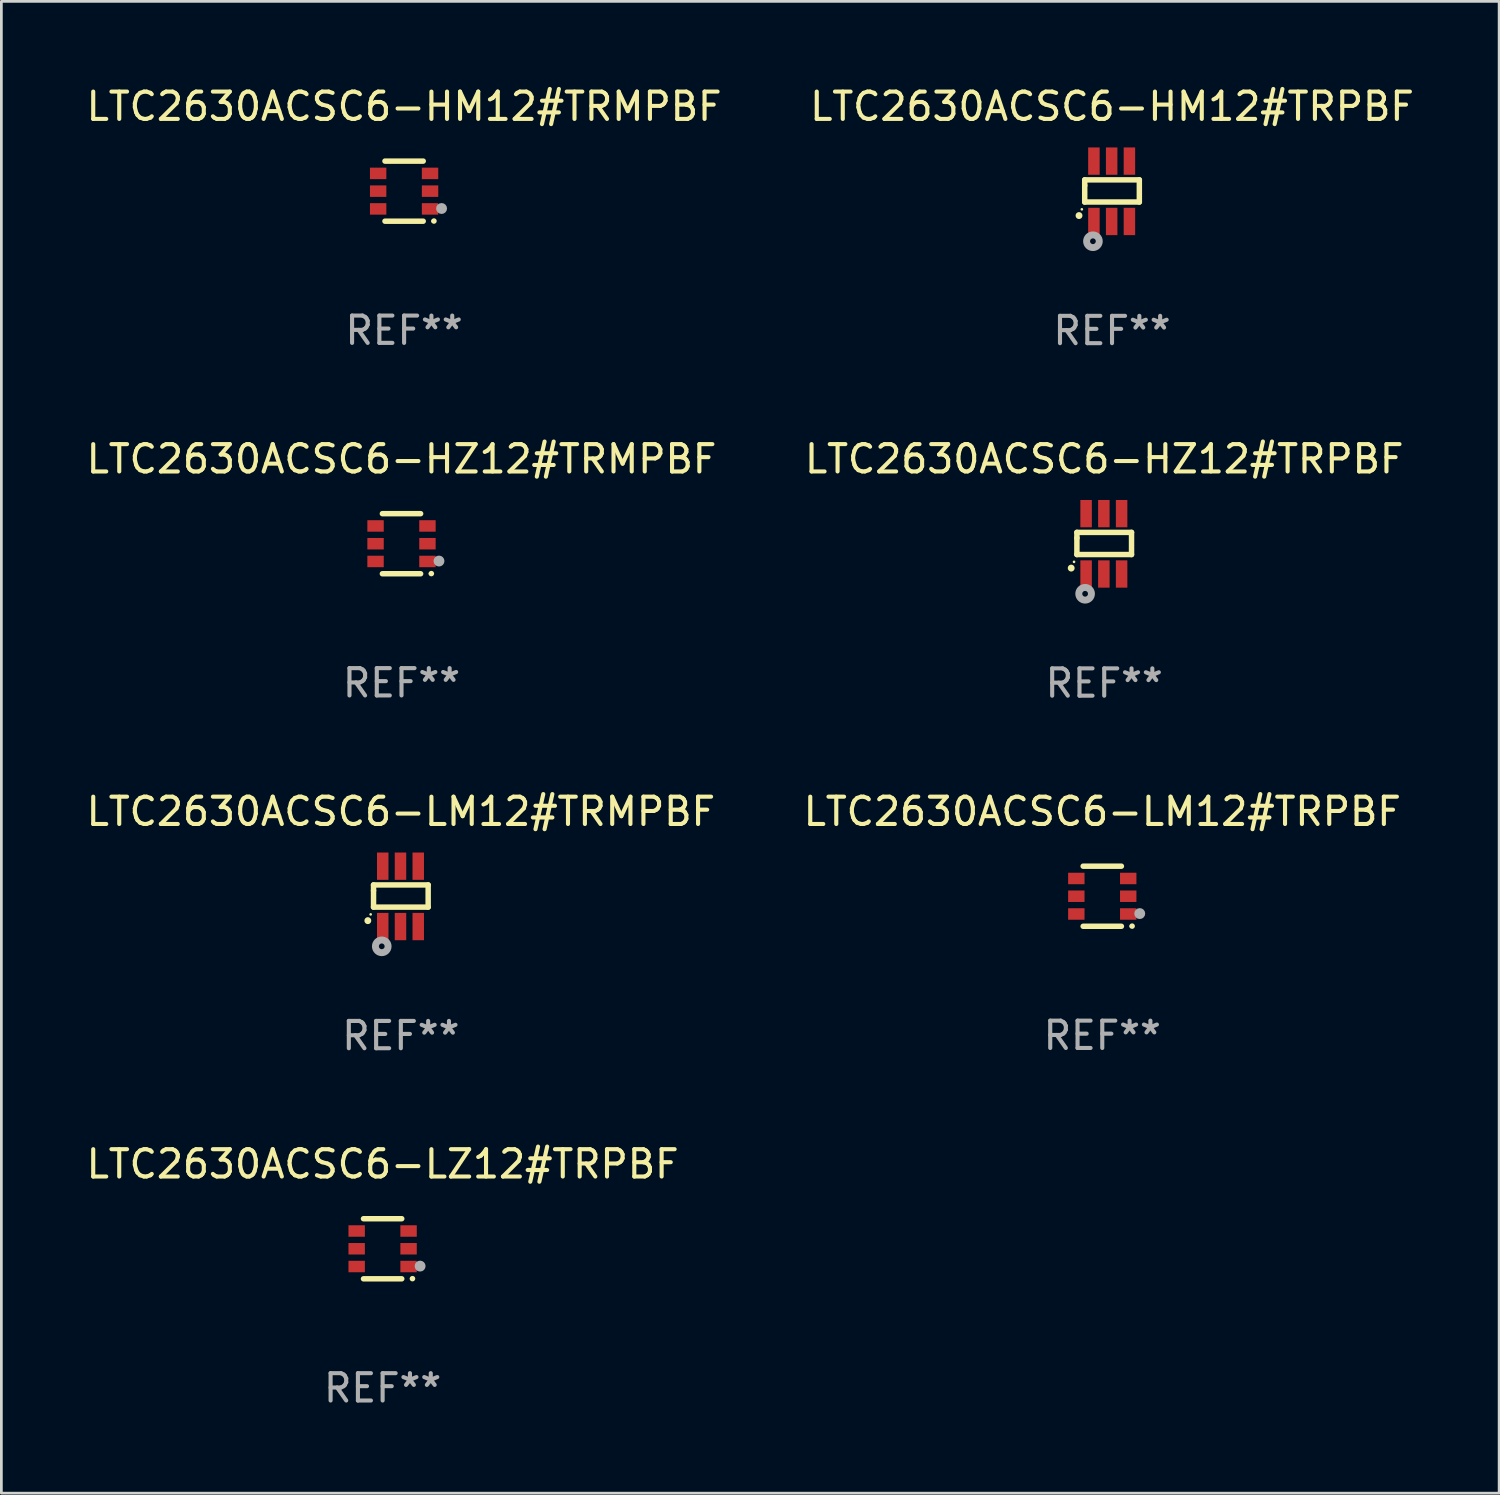
<source format=kicad_pcb>
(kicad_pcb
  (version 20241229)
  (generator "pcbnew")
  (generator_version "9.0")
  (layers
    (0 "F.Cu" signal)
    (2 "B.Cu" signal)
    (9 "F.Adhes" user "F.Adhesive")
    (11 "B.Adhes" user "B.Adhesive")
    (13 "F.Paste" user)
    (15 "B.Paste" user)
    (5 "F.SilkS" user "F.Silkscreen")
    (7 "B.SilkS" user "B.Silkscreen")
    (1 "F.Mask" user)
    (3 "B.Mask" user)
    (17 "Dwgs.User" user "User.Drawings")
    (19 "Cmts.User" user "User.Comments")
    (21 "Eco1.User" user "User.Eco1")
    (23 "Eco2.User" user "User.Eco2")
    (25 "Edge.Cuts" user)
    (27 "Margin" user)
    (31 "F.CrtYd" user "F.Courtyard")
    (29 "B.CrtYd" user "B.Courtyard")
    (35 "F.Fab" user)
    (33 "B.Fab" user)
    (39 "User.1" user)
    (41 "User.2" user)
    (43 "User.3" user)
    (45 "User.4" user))
  (footprint "LTC2630ACSC6-HM12#TRPBF"
    (layer "F.Cu")
    (at 37.661 3.953)
    (property "Reference" "LTC2630ACSC6-HM12#TRPBF" (at 0 -3.105 0) (layer "F.SilkS") (effects (font (size 1 1) (thickness 0.15))))
    (attr through_hole)
    (fp_line (start -1 -0.419) (end -1 -0.213) (stroke (width 0.2) (type solid)) (layer "F.SilkS"))
    (fp_line (start -1 -0.213) (end -1 0.393) (stroke (width 0.2) (type solid)) (layer "F.SilkS"))
    (fp_line (start -1 0.393) (end 1 0.393) (stroke (width 0.2) (type solid)) (layer "F.SilkS"))
    (fp_line (start 1 -0.419) (end -1 -0.419) (stroke (width 0.2) (type solid)) (layer "F.SilkS"))
    (fp_line (start 1 0.393) (end 1 -0.419) (stroke (width 0.2) (type solid)) (layer "F.SilkS"))
    (fp_arc (start -1.208509 0.890272) (mid -1.208515 0.889002) (end -1.208509 0.887732) (stroke (width 0.25) (type solid)) (layer "F.SilkS"))
    (fp_circle (center -1.105 0.66) (end -1.08 0.66) (stroke (width 0.05) (type solid)) (fill no) (layer "F.SilkS"))
    (fp_circle (center -0.699 1.829) (end -0.594 1.829) (stroke (width 0.254) (type solid)) (fill no) (layer "F.Fab"))
    (fp_text user "REF**" (at 0 5.105 0) (layer "F.Fab") (effects (font (size 1 1) (thickness 0.15))))
    (pad "1" smd rect (at -0.663 1.105) (size 0.42 1) (layers "F.Cu" "F.Mask" "F.Paste"))
    (pad "2" smd rect (at -0.013 1.105) (size 0.42 1) (layers "F.Cu" "F.Mask" "F.Paste"))
    (pad "3" smd rect (at 0.637 1.105) (size 0.42 1) (layers "F.Cu" "F.Mask" "F.Paste"))
    (pad "4" smd rect (at 0.637 -1.105 180) (size 0.42 1) (layers "F.Cu" "F.Mask" "F.Paste"))
    (pad "5" smd rect (at -0.013 -1.105 180) (size 0.42 1) (layers "F.Cu" "F.Mask" "F.Paste"))
    (pad "6" smd rect (at -0.663 -1.105 180) (size 0.42 1) (layers "F.Cu" "F.Mask" "F.Paste")))
  (footprint "LTC2630ACSC6-LM12#TRPBF"
    (layer "F.Cu")
    (at 37.304 29.761)
    (property "Reference" "LTC2630ACSC6-LM12#TRPBF" (at 0 -3.1 0) (layer "F.SilkS") (effects (font (size 1 1) (thickness 0.15))))
    (attr through_hole)
    (fp_line (start -0.7 -1.1) (end 0.7 -1.1) (stroke (width 0.2) (type solid)) (layer "F.SilkS"))
    (fp_line (start -0.7 1.1) (end 0.7 1.1) (stroke (width 0.2) (type solid)) (layer "F.SilkS"))
    (fp_arc (start 1.090932 1.094209) (mid 1.092202 1.094203) (end 1.093472 1.094209) (stroke (width 0.2) (type solid)) (layer "F.SilkS"))
    (fp_circle (center 1.053 1.1) (end 1.083 1.1) (stroke (width 0.06) (type solid)) (fill no) (layer "F.SilkS"))
    (fp_circle (center 1.372 0.635) (end 1.472 0.635) (stroke (width 0.2) (type solid)) (fill no) (layer "F.Fab"))
    (fp_text user "REF**" (at 0 5.1 0) (layer "F.Fab") (effects (font (size 1 1) (thickness 0.15))))
    (pad "1" smd rect (at 0.95 0.65 90) (size 0.42 0.6) (layers "F.Cu" "F.Mask" "F.Paste"))
    (pad "2" smd rect (at 0.95 0 90) (size 0.42 0.6) (layers "F.Cu" "F.Mask" "F.Paste"))
    (pad "3" smd rect (at 0.95 -0.65 90) (size 0.42 0.6) (layers "F.Cu" "F.Mask" "F.Paste"))
    (pad "4" smd rect (at -0.95 -0.65 270) (size 0.42 0.6) (layers "F.Cu" "F.Mask" "F.Paste"))
    (pad "5" smd rect (at -0.95 0 270) (size 0.42 0.6) (layers "F.Cu" "F.Mask" "F.Paste"))
    (pad "6" smd rect (at -0.95 0.65 270) (size 0.42 0.6) (layers "F.Cu" "F.Mask" "F.Paste")))
  (footprint "LTC2630ACSC6-HZ12#TRPBF"
    (layer "F.Cu")
    (at 37.375 16.859)
    (property "Reference" "LTC2630ACSC6-HZ12#TRPBF" (at 0 -3.105 0) (layer "F.SilkS") (effects (font (size 1 1) (thickness 0.15))))
    (attr through_hole)
    (fp_line (start -1 -0.419) (end -1 -0.213) (stroke (width 0.2) (type solid)) (layer "F.SilkS"))
    (fp_line (start -1 -0.213) (end -1 0.393) (stroke (width 0.2) (type solid)) (layer "F.SilkS"))
    (fp_line (start -1 0.393) (end 1 0.393) (stroke (width 0.2) (type solid)) (layer "F.SilkS"))
    (fp_line (start 1 -0.419) (end -1 -0.419) (stroke (width 0.2) (type solid)) (layer "F.SilkS"))
    (fp_line (start 1 0.393) (end 1 -0.419) (stroke (width 0.2) (type solid)) (layer "F.SilkS"))
    (fp_arc (start -1.208509 0.890272) (mid -1.208515 0.889002) (end -1.208509 0.887732) (stroke (width 0.25) (type solid)) (layer "F.SilkS"))
    (fp_circle (center -1.105 0.66) (end -1.08 0.66) (stroke (width 0.05) (type solid)) (fill no) (layer "F.SilkS"))
    (fp_circle (center -0.699 1.829) (end -0.594 1.829) (stroke (width 0.254) (type solid)) (fill no) (layer "F.Fab"))
    (fp_text user "REF**" (at 0 5.105 0) (layer "F.Fab") (effects (font (size 1 1) (thickness 0.15))))
    (pad "1" smd rect (at -0.663 1.105) (size 0.42 1) (layers "F.Cu" "F.Mask" "F.Paste"))
    (pad "2" smd rect (at -0.013 1.105) (size 0.42 1) (layers "F.Cu" "F.Mask" "F.Paste"))
    (pad "3" smd rect (at 0.637 1.105) (size 0.42 1) (layers "F.Cu" "F.Mask" "F.Paste"))
    (pad "4" smd rect (at 0.637 -1.105 180) (size 0.42 1) (layers "F.Cu" "F.Mask" "F.Paste"))
    (pad "5" smd rect (at -0.013 -1.105 180) (size 0.42 1) (layers "F.Cu" "F.Mask" "F.Paste"))
    (pad "6" smd rect (at -0.663 -1.105 180) (size 0.42 1) (layers "F.Cu" "F.Mask" "F.Paste")))
  (footprint "LTC2630ACSC6-LZ12#TRPBF"
    (layer "F.Cu")
    (at 10.958 42.667)
    (property "Reference" "LTC2630ACSC6-LZ12#TRPBF" (at 0 -3.1 0) (layer "F.SilkS") (effects (font (size 1 1) (thickness 0.15))))
    (attr through_hole)
    (fp_line (start -0.7 -1.1) (end 0.7 -1.1) (stroke (width 0.2) (type solid)) (layer "F.SilkS"))
    (fp_line (start -0.7 1.1) (end 0.7 1.1) (stroke (width 0.2) (type solid)) (layer "F.SilkS"))
    (fp_arc (start 1.090932 1.094209) (mid 1.092202 1.094203) (end 1.093472 1.094209) (stroke (width 0.2) (type solid)) (layer "F.SilkS"))
    (fp_circle (center 1.053 1.1) (end 1.083 1.1) (stroke (width 0.06) (type solid)) (fill no) (layer "F.SilkS"))
    (fp_circle (center 1.372 0.635) (end 1.472 0.635) (stroke (width 0.2) (type solid)) (fill no) (layer "F.Fab"))
    (fp_text user "REF**" (at 0 5.1 0) (layer "F.Fab") (effects (font (size 1 1) (thickness 0.15))))
    (pad "1" smd rect (at 0.95 0.65 90) (size 0.42 0.6) (layers "F.Cu" "F.Mask" "F.Paste"))
    (pad "2" smd rect (at 0.95 0 90) (size 0.42 0.6) (layers "F.Cu" "F.Mask" "F.Paste"))
    (pad "3" smd rect (at 0.95 -0.65 90) (size 0.42 0.6) (layers "F.Cu" "F.Mask" "F.Paste"))
    (pad "4" smd rect (at -0.95 -0.65 270) (size 0.42 0.6) (layers "F.Cu" "F.Mask" "F.Paste"))
    (pad "5" smd rect (at -0.95 0 270) (size 0.42 0.6) (layers "F.Cu" "F.Mask" "F.Paste"))
    (pad "6" smd rect (at -0.95 0.65 270) (size 0.42 0.6) (layers "F.Cu" "F.Mask" "F.Paste")))
  (footprint "LTC2630ACSC6-LM12#TRMPBF"
    (layer "F.Cu")
    (at 11.625 29.766)
    (property "Reference" "LTC2630ACSC6-LM12#TRMPBF" (at 0 -3.105 0) (layer "F.SilkS") (effects (font (size 1 1) (thickness 0.15))))
    (attr through_hole)
    (fp_line (start -1 -0.419) (end -1 -0.213) (stroke (width 0.2) (type solid)) (layer "F.SilkS"))
    (fp_line (start -1 -0.213) (end -1 0.393) (stroke (width 0.2) (type solid)) (layer "F.SilkS"))
    (fp_line (start -1 0.393) (end 1 0.393) (stroke (width 0.2) (type solid)) (layer "F.SilkS"))
    (fp_line (start 1 -0.419) (end -1 -0.419) (stroke (width 0.2) (type solid)) (layer "F.SilkS"))
    (fp_line (start 1 0.393) (end 1 -0.419) (stroke (width 0.2) (type solid)) (layer "F.SilkS"))
    (fp_arc (start -1.208509 0.890272) (mid -1.208515 0.889002) (end -1.208509 0.887732) (stroke (width 0.25) (type solid)) (layer "F.SilkS"))
    (fp_circle (center -1.105 0.66) (end -1.08 0.66) (stroke (width 0.05) (type solid)) (fill no) (layer "F.SilkS"))
    (fp_circle (center -0.699 1.829) (end -0.594 1.829) (stroke (width 0.254) (type solid)) (fill no) (layer "F.Fab"))
    (fp_text user "REF**" (at 0 5.105 0) (layer "F.Fab") (effects (font (size 1 1) (thickness 0.15))))
    (pad "1" smd rect (at -0.663 1.105) (size 0.42 1) (layers "F.Cu" "F.Mask" "F.Paste"))
    (pad "2" smd rect (at -0.013 1.105) (size 0.42 1) (layers "F.Cu" "F.Mask" "F.Paste"))
    (pad "3" smd rect (at 0.637 1.105) (size 0.42 1) (layers "F.Cu" "F.Mask" "F.Paste"))
    (pad "4" smd rect (at 0.637 -1.105 180) (size 0.42 1) (layers "F.Cu" "F.Mask" "F.Paste"))
    (pad "5" smd rect (at -0.013 -1.105 180) (size 0.42 1) (layers "F.Cu" "F.Mask" "F.Paste"))
    (pad "6" smd rect (at -0.663 -1.105 180) (size 0.42 1) (layers "F.Cu" "F.Mask" "F.Paste")))
  (footprint "LTC2630ACSC6-HZ12#TRMPBF"
    (layer "F.Cu")
    (at 11.649 16.855)
    (property "Reference" "LTC2630ACSC6-HZ12#TRMPBF" (at 0 -3.1 0) (layer "F.SilkS") (effects (font (size 1 1) (thickness 0.15))))
    (attr through_hole)
    (fp_line (start -0.7 -1.1) (end 0.7 -1.1) (stroke (width 0.2) (type solid)) (layer "F.SilkS"))
    (fp_line (start -0.7 1.1) (end 0.7 1.1) (stroke (width 0.2) (type solid)) (layer "F.SilkS"))
    (fp_arc (start 1.090932 1.094209) (mid 1.092202 1.094203) (end 1.093472 1.094209) (stroke (width 0.2) (type solid)) (layer "F.SilkS"))
    (fp_circle (center 1.053 1.1) (end 1.083 1.1) (stroke (width 0.06) (type solid)) (fill no) (layer "F.SilkS"))
    (fp_circle (center 1.372 0.635) (end 1.472 0.635) (stroke (width 0.2) (type solid)) (fill no) (layer "F.Fab"))
    (fp_text user "REF**" (at 0 5.1 0) (layer "F.Fab") (effects (font (size 1 1) (thickness 0.15))))
    (pad "1" smd rect (at 0.95 0.65 90) (size 0.42 0.6) (layers "F.Cu" "F.Mask" "F.Paste"))
    (pad "2" smd rect (at 0.95 0 90) (size 0.42 0.6) (layers "F.Cu" "F.Mask" "F.Paste"))
    (pad "3" smd rect (at 0.95 -0.65 90) (size 0.42 0.6) (layers "F.Cu" "F.Mask" "F.Paste"))
    (pad "4" smd rect (at -0.95 -0.65 270) (size 0.42 0.6) (layers "F.Cu" "F.Mask" "F.Paste"))
    (pad "5" smd rect (at -0.95 0 270) (size 0.42 0.6) (layers "F.Cu" "F.Mask" "F.Paste"))
    (pad "6" smd rect (at -0.95 0.65 270) (size 0.42 0.6) (layers "F.Cu" "F.Mask" "F.Paste")))
  (footprint "LTC2630ACSC6-HM12#TRMPBF"
    (layer "F.Cu")
    (at 11.744 3.948)
    (property "Reference" "LTC2630ACSC6-HM12#TRMPBF" (at 0 -3.1 0) (layer "F.SilkS") (effects (font (size 1 1) (thickness 0.15))))
    (attr through_hole)
    (fp_line (start -0.7 -1.1) (end 0.7 -1.1) (stroke (width 0.2) (type solid)) (layer "F.SilkS"))
    (fp_line (start -0.7 1.1) (end 0.7 1.1) (stroke (width 0.2) (type solid)) (layer "F.SilkS"))
    (fp_arc (start 1.090932 1.094209) (mid 1.092202 1.094203) (end 1.093472 1.094209) (stroke (width 0.2) (type solid)) (layer "F.SilkS"))
    (fp_circle (center 1.053 1.1) (end 1.083 1.1) (stroke (width 0.06) (type solid)) (fill no) (layer "F.SilkS"))
    (fp_circle (center 1.372 0.635) (end 1.472 0.635) (stroke (width 0.2) (type solid)) (fill no) (layer "F.Fab"))
    (fp_text user "REF**" (at 0 5.1 0) (layer "F.Fab") (effects (font (size 1 1) (thickness 0.15))))
    (pad "1" smd rect (at 0.95 0.65 90) (size 0.42 0.6) (layers "F.Cu" "F.Mask" "F.Paste"))
    (pad "2" smd rect (at 0.95 0 90) (size 0.42 0.6) (layers "F.Cu" "F.Mask" "F.Paste"))
    (pad "3" smd rect (at 0.95 -0.65 90) (size 0.42 0.6) (layers "F.Cu" "F.Mask" "F.Paste"))
    (pad "4" smd rect (at -0.95 -0.65 270) (size 0.42 0.6) (layers "F.Cu" "F.Mask" "F.Paste"))
    (pad "5" smd rect (at -0.95 0 270) (size 0.42 0.6) (layers "F.Cu" "F.Mask" "F.Paste"))
    (pad "6" smd rect (at -0.95 0.65 270) (size 0.42 0.6) (layers "F.Cu" "F.Mask" "F.Paste")))
  (gr_rect
    (start -3 -3)
    (end 51.833 51.615)
    (stroke (width 0.1) (type default))
    (fill no)
    (layer "Edge.Cuts")))
</source>
